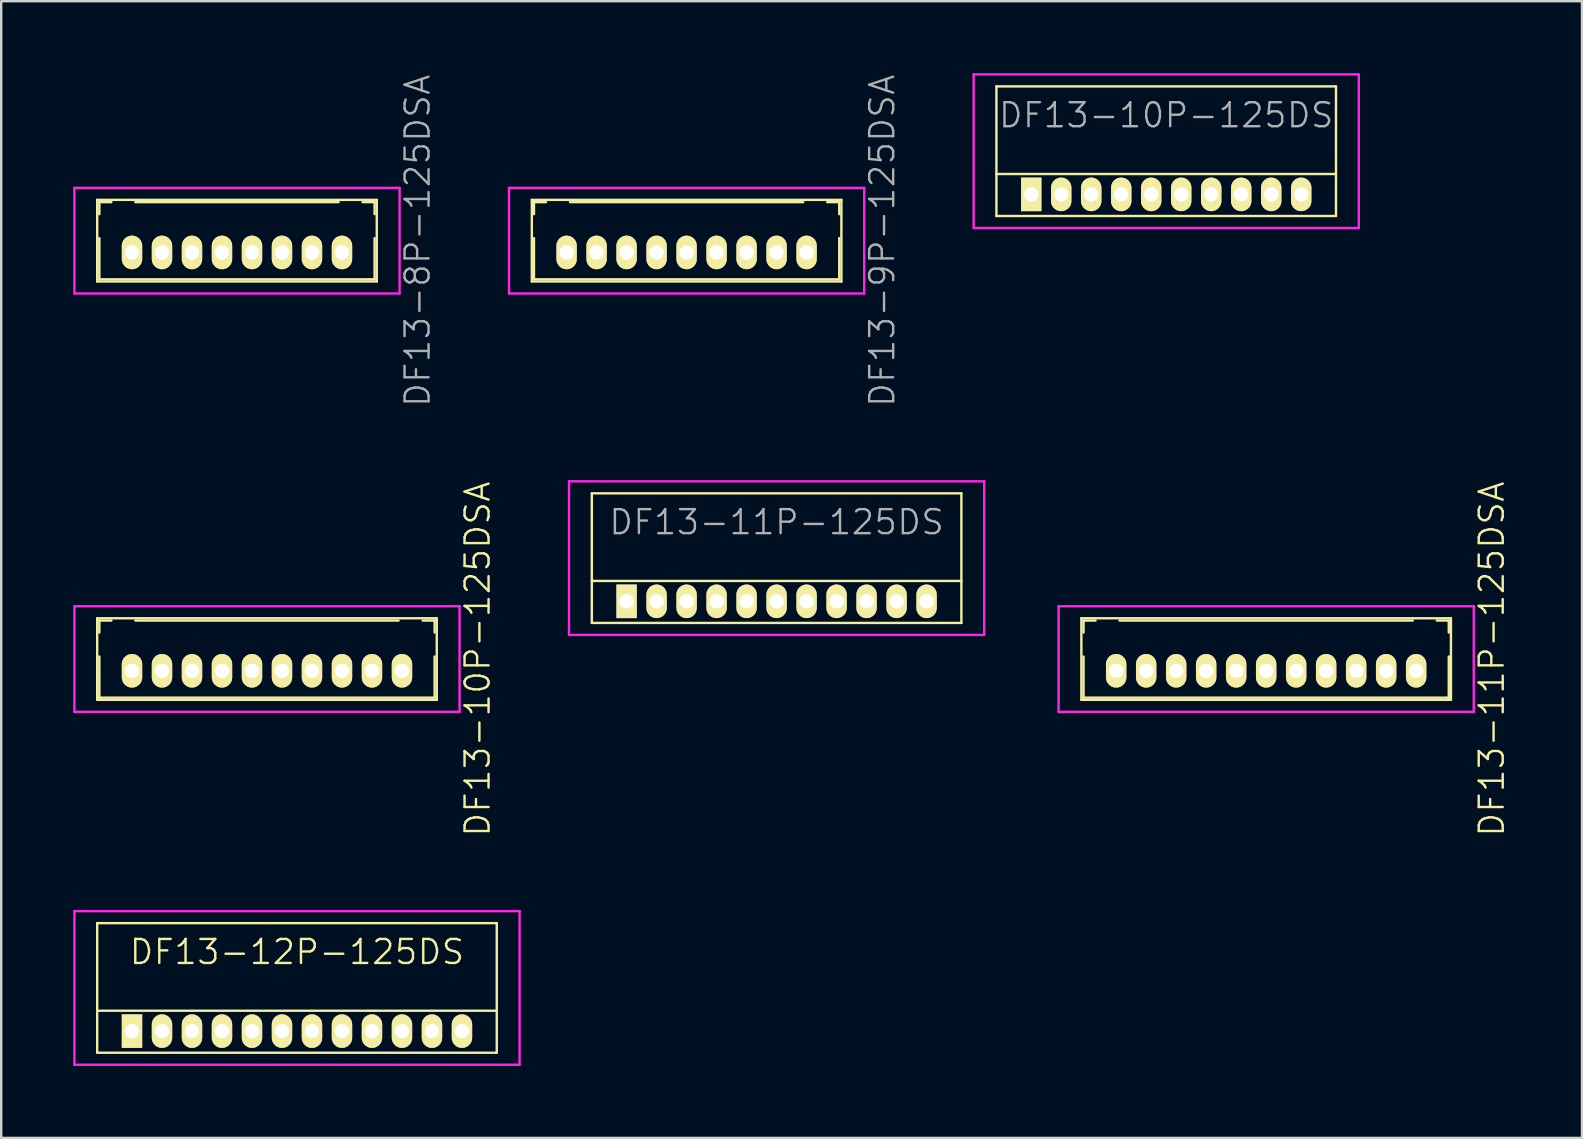
<source format=kicad_pcb>
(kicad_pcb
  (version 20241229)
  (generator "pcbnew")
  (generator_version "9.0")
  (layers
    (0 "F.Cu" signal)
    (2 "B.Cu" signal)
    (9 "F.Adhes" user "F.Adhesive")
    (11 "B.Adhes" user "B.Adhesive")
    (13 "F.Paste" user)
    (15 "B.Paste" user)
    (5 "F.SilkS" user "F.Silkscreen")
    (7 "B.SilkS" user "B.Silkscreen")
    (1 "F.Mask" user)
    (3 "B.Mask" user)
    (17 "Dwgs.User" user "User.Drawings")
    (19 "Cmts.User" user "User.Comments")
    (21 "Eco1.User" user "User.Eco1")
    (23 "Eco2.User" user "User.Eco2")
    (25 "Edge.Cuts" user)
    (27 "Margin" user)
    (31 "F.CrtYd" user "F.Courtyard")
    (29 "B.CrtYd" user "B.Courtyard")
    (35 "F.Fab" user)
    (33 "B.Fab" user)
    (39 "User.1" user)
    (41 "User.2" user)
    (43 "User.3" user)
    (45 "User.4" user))
  (footprint "DF13-8P-125DSA"
    (layer "F.Cu")
    (at 6.825 7.469)
    (property "Reference" "DF13-8P-125DSA" (at 7.525 -0.49 90) (layer "F.Fab") (effects (font (size 1 1) (thickness 0.1))))
    (attr through_hole)
    (fp_line (start -5.825 -2.19) (end -5.825 1.21) (stroke (width 0.1) (type solid)) (layer "F.SilkS"))
    (fp_line (start -5.825 -2.19) (end 5.825 -2.19) (stroke (width 0.1) (type solid)) (layer "F.SilkS"))
    (fp_line (start -5.825 1.21) (end 5.825 1.21) (stroke (width 0.1) (type solid)) (layer "F.SilkS"))
    (fp_line (start -5.735 -2.095) (end -5.735 -1.595) (stroke (width 0.1) (type solid)) (layer "F.SilkS"))
    (fp_line (start -5.735 -2.095) (end -5.235 -2.095) (stroke (width 0.1) (type solid)) (layer "F.SilkS"))
    (fp_line (start -5.735 -0.595) (end -5.735 1.12) (stroke (width 0.1) (type solid)) (layer "F.SilkS"))
    (fp_line (start -5.735 1.12) (end 5.735 1.12) (stroke (width 0.1) (type solid)) (layer "F.SilkS"))
    (fp_line (start -4.235 -2.095) (end 4.235 -2.095) (stroke (width 0.1) (type solid)) (layer "F.SilkS"))
    (fp_line (start 5.235 -2.095) (end 5.735 -2.095) (stroke (width 0.1) (type solid)) (layer "F.SilkS"))
    (fp_line (start 5.735 -2.095) (end 5.735 -1.595) (stroke (width 0.1) (type solid)) (layer "F.SilkS"))
    (fp_line (start 5.735 -0.595) (end 5.735 1.12) (stroke (width 0.1) (type solid)) (layer "F.SilkS"))
    (fp_line (start 5.825 -2.19) (end 5.825 1.21) (stroke (width 0.1) (type solid)) (layer "F.SilkS"))
    (fp_line (start -6.775 -2.69) (end -6.775 1.71) (stroke (width 0.1) (type solid)) (layer "F.CrtYd"))
    (fp_line (start -6.775 1.71) (end 6.775 1.71) (stroke (width 0.1) (type solid)) (layer "F.CrtYd"))
    (fp_line (start 6.775 -2.69) (end -6.775 -2.69) (stroke (width 0.1) (type solid)) (layer "F.CrtYd"))
    (fp_line (start 6.775 1.71) (end 6.775 -2.69) (stroke (width 0.1) (type solid)) (layer "F.CrtYd"))
    (pad "1" thru_hole oval (at -4.375 0) (size 0.85 1.4) (drill 0.6) (layers "*.Cu" "*.Mask" "F.SilkS"))
    (pad "2" thru_hole oval (at -3.125 0) (size 0.85 1.4) (drill 0.6) (layers "*.Cu" "*.Mask" "F.SilkS"))
    (pad "3" thru_hole oval (at -1.875 0) (size 0.85 1.4) (drill 0.6) (layers "*.Cu" "*.Mask" "F.SilkS"))
    (pad "4" thru_hole oval (at -0.625 0) (size 0.85 1.4) (drill 0.6) (layers "*.Cu" "*.Mask" "F.SilkS"))
    (pad "5" thru_hole oval (at 0.625 0) (size 0.85 1.4) (drill 0.6) (layers "*.Cu" "*.Mask" "F.SilkS"))
    (pad "6" thru_hole oval (at 1.875 0) (size 0.85 1.4) (drill 0.6) (layers "*.Cu" "*.Mask" "F.SilkS"))
    (pad "7" thru_hole oval (at 3.125 0) (size 0.85 1.4) (drill 0.6) (layers "*.Cu" "*.Mask" "F.SilkS"))
    (pad "8" thru_hole oval (at 4.375 0) (size 0.85 1.4) (drill 0.6) (layers "*.Cu" "*.Mask" "F.SilkS")))
  (footprint "DF13-9P-125DSA"
    (layer "F.Cu")
    (at 25.561 7.469)
    (property "Reference" "DF13-9P-125DSA" (at 8.15 -0.49 90) (layer "F.Fab") (effects (font (size 1 1) (thickness 0.1))))
    (attr through_hole)
    (fp_line (start -6.45 -2.19) (end -6.45 1.21) (stroke (width 0.1) (type solid)) (layer "F.SilkS"))
    (fp_line (start -6.45 -2.19) (end 6.45 -2.19) (stroke (width 0.1) (type solid)) (layer "F.SilkS"))
    (fp_line (start -6.45 1.21) (end 6.45 1.21) (stroke (width 0.1) (type solid)) (layer "F.SilkS"))
    (fp_line (start -6.36 -2.095) (end -6.36 -1.595) (stroke (width 0.1) (type solid)) (layer "F.SilkS"))
    (fp_line (start -6.36 -2.095) (end -5.86 -2.095) (stroke (width 0.1) (type solid)) (layer "F.SilkS"))
    (fp_line (start -6.36 -0.595) (end -6.36 1.12) (stroke (width 0.1) (type solid)) (layer "F.SilkS"))
    (fp_line (start -6.36 1.12) (end 6.36 1.12) (stroke (width 0.1) (type solid)) (layer "F.SilkS"))
    (fp_line (start -4.86 -2.095) (end 4.86 -2.095) (stroke (width 0.1) (type solid)) (layer "F.SilkS"))
    (fp_line (start 5.86 -2.095) (end 6.36 -2.095) (stroke (width 0.1) (type solid)) (layer "F.SilkS"))
    (fp_line (start 6.36 -2.095) (end 6.36 -1.595) (stroke (width 0.1) (type solid)) (layer "F.SilkS"))
    (fp_line (start 6.36 -0.595) (end 6.36 1.12) (stroke (width 0.1) (type solid)) (layer "F.SilkS"))
    (fp_line (start 6.45 -2.19) (end 6.45 1.21) (stroke (width 0.1) (type solid)) (layer "F.SilkS"))
    (fp_line (start -7.4 -2.69) (end -7.4 1.71) (stroke (width 0.1) (type solid)) (layer "F.CrtYd"))
    (fp_line (start -7.4 1.71) (end 7.4 1.71) (stroke (width 0.1) (type solid)) (layer "F.CrtYd"))
    (fp_line (start 7.4 -2.69) (end -7.4 -2.69) (stroke (width 0.1) (type solid)) (layer "F.CrtYd"))
    (fp_line (start 7.4 1.71) (end 7.4 -2.69) (stroke (width 0.1) (type solid)) (layer "F.CrtYd"))
    (pad "1" thru_hole oval (at -5 0) (size 0.85 1.4) (drill 0.6) (layers "*.Cu" "*.Mask" "F.SilkS"))
    (pad "2" thru_hole oval (at -3.75 0) (size 0.85 1.4) (drill 0.6) (layers "*.Cu" "*.Mask" "F.SilkS"))
    (pad "3" thru_hole oval (at -2.5 0) (size 0.85 1.4) (drill 0.6) (layers "*.Cu" "*.Mask" "F.SilkS"))
    (pad "4" thru_hole oval (at -1.25 0) (size 0.85 1.4) (drill 0.6) (layers "*.Cu" "*.Mask" "F.SilkS"))
    (pad "5" thru_hole oval (at 0 0) (size 0.85 1.4) (drill 0.6) (layers "*.Cu" "*.Mask" "F.SilkS"))
    (pad "6" thru_hole oval (at 1.25 0) (size 0.85 1.4) (drill 0.6) (layers "*.Cu" "*.Mask" "F.SilkS"))
    (pad "7" thru_hole oval (at 2.5 0) (size 0.85 1.4) (drill 0.6) (layers "*.Cu" "*.Mask" "F.SilkS"))
    (pad "8" thru_hole oval (at 3.75 0) (size 0.85 1.4) (drill 0.6) (layers "*.Cu" "*.Mask" "F.SilkS"))
    (pad "9" thru_hole oval (at 5 0) (size 0.85 1.4) (drill 0.6) (layers "*.Cu" "*.Mask" "F.SilkS")))
  (footprint "DF13-11P-125DS"
    (layer "F.Cu")
    (at 29.311 22.007)
    (property "Reference" "DF13-11P-125DS" (at 0 -3.3 0) (layer "F.Fab") (effects (font (size 1 1) (thickness 0.1))))
    (attr through_hole)
    (fp_line (start -7.7 -4.5) (end -7.7 0.9) (stroke (width 0.1) (type solid)) (layer "F.SilkS"))
    (fp_line (start -7.7 -4.5) (end 7.7 -4.5) (stroke (width 0.1) (type solid)) (layer "F.SilkS"))
    (fp_line (start -7.7 -0.85) (end 7.7 -0.85) (stroke (width 0.1) (type solid)) (layer "F.SilkS"))
    (fp_line (start -7.7 0.9) (end 7.7 0.9) (stroke (width 0.1) (type solid)) (layer "F.SilkS"))
    (fp_line (start 7.7 -4.5) (end 7.7 0.9) (stroke (width 0.1) (type solid)) (layer "F.SilkS"))
    (fp_line (start -8.65 -5) (end -8.65 1.4) (stroke (width 0.1) (type solid)) (layer "F.CrtYd"))
    (fp_line (start -8.65 1.4) (end 8.65 1.4) (stroke (width 0.1) (type solid)) (layer "F.CrtYd"))
    (fp_line (start 8.65 -5) (end -8.65 -5) (stroke (width 0.1) (type solid)) (layer "F.CrtYd"))
    (fp_line (start 8.65 1.4) (end 8.65 -5) (stroke (width 0.1) (type solid)) (layer "F.CrtYd"))
    (pad "1" thru_hole rect (at -6.25 0) (size 0.85 1.4) (drill 0.6) (layers "*.Cu" "*.Mask" "F.SilkS"))
    (pad "2" thru_hole oval (at -5 0) (size 0.85 1.4) (drill 0.6) (layers "*.Cu" "*.Mask" "F.SilkS"))
    (pad "3" thru_hole oval (at -3.75 0) (size 0.85 1.4) (drill 0.6) (layers "*.Cu" "*.Mask" "F.SilkS"))
    (pad "4" thru_hole oval (at -2.5 0) (size 0.85 1.4) (drill 0.6) (layers "*.Cu" "*.Mask" "F.SilkS"))
    (pad "5" thru_hole oval (at -1.25 0) (size 0.85 1.4) (drill 0.6) (layers "*.Cu" "*.Mask" "F.SilkS"))
    (pad "6" thru_hole oval (at 0 0) (size 0.85 1.4) (drill 0.6) (layers "*.Cu" "*.Mask" "F.SilkS"))
    (pad "7" thru_hole oval (at 1.25 0) (size 0.85 1.4) (drill 0.6) (layers "*.Cu" "*.Mask" "F.SilkS"))
    (pad "8" thru_hole oval (at 2.5 0) (size 0.85 1.4) (drill 0.6) (layers "*.Cu" "*.Mask" "F.SilkS"))
    (pad "9" thru_hole oval (at 3.75 0) (size 0.85 1.4) (drill 0.6) (layers "*.Cu" "*.Mask" "F.SilkS"))
    (pad "10" thru_hole oval (at 5 0) (size 0.85 1.4) (drill 0.6) (layers "*.Cu" "*.Mask" "F.SilkS"))
    (pad "11" thru_hole oval (at 6.25 0) (size 0.85 1.4) (drill 0.6) (layers "*.Cu" "*.Mask" "F.SilkS")))
  (footprint "DF13-10P-125DS"
    (layer "F.Cu")
    (at 45.546 5.05)
    (property "Reference" "DF13-10P-125DS" (at 0 -3.3 0) (layer "F.Fab") (effects (font (size 1 1) (thickness 0.1))))
    (attr through_hole)
    (fp_line (start -7.075 -4.5) (end -7.075 0.9) (stroke (width 0.1) (type solid)) (layer "F.SilkS"))
    (fp_line (start -7.075 -4.5) (end 7.075 -4.5) (stroke (width 0.1) (type solid)) (layer "F.SilkS"))
    (fp_line (start -7.075 -0.85) (end 7.075 -0.85) (stroke (width 0.1) (type solid)) (layer "F.SilkS"))
    (fp_line (start -7.075 0.9) (end 7.075 0.9) (stroke (width 0.1) (type solid)) (layer "F.SilkS"))
    (fp_line (start 7.075 -4.5) (end 7.075 0.9) (stroke (width 0.1) (type solid)) (layer "F.SilkS"))
    (fp_line (start -8.025 -5) (end -8.025 1.4) (stroke (width 0.1) (type solid)) (layer "F.CrtYd"))
    (fp_line (start -8.025 1.4) (end 8.025 1.4) (stroke (width 0.1) (type solid)) (layer "F.CrtYd"))
    (fp_line (start 8.025 -5) (end -8.025 -5) (stroke (width 0.1) (type solid)) (layer "F.CrtYd"))
    (fp_line (start 8.025 1.4) (end 8.025 -5) (stroke (width 0.1) (type solid)) (layer "F.CrtYd"))
    (pad "1" thru_hole rect (at -5.625 0) (size 0.85 1.4) (drill 0.6) (layers "*.Cu" "*.Mask" "F.SilkS"))
    (pad "2" thru_hole oval (at -4.375 0) (size 0.85 1.4) (drill 0.6) (layers "*.Cu" "*.Mask" "F.SilkS"))
    (pad "3" thru_hole oval (at -3.125 0) (size 0.85 1.4) (drill 0.6) (layers "*.Cu" "*.Mask" "F.SilkS"))
    (pad "4" thru_hole oval (at -1.875 0) (size 0.85 1.4) (drill 0.6) (layers "*.Cu" "*.Mask" "F.SilkS"))
    (pad "5" thru_hole oval (at -0.625 0) (size 0.85 1.4) (drill 0.6) (layers "*.Cu" "*.Mask" "F.SilkS"))
    (pad "6" thru_hole oval (at 0.625 0) (size 0.85 1.4) (drill 0.6) (layers "*.Cu" "*.Mask" "F.SilkS"))
    (pad "7" thru_hole oval (at 1.875 0) (size 0.85 1.4) (drill 0.6) (layers "*.Cu" "*.Mask" "F.SilkS"))
    (pad "8" thru_hole oval (at 3.125 0) (size 0.85 1.4) (drill 0.6) (layers "*.Cu" "*.Mask" "F.SilkS"))
    (pad "9" thru_hole oval (at 4.375 0) (size 0.85 1.4) (drill 0.6) (layers "*.Cu" "*.Mask" "F.SilkS"))
    (pad "10" thru_hole oval (at 5.625 0) (size 0.85 1.4) (drill 0.6) (layers "*.Cu" "*.Mask" "F.SilkS")))
  (footprint "DF13-12P-125DS"
    (layer "F.Cu")
    (at 9.325 39.917)
    (property "Reference" "DF13-12P-125DS" (at 0 -3.3 0) (layer "F.SilkS") (effects (font (size 1 1) (thickness 0.1))))
    (attr through_hole)
    (fp_line (start -8.325 -4.5) (end -8.325 0.9) (stroke (width 0.1) (type solid)) (layer "F.SilkS"))
    (fp_line (start -8.325 -4.5) (end 8.325 -4.5) (stroke (width 0.1) (type solid)) (layer "F.SilkS"))
    (fp_line (start -8.325 -0.85) (end 8.325 -0.85) (stroke (width 0.1) (type solid)) (layer "F.SilkS"))
    (fp_line (start -8.325 0.9) (end 8.325 0.9) (stroke (width 0.1) (type solid)) (layer "F.SilkS"))
    (fp_line (start 8.325 -4.5) (end 8.325 0.9) (stroke (width 0.1) (type solid)) (layer "F.SilkS"))
    (fp_line (start -9.275 -5) (end -9.275 1.4) (stroke (width 0.1) (type solid)) (layer "F.CrtYd"))
    (fp_line (start -9.275 1.4) (end 9.275 1.4) (stroke (width 0.1) (type solid)) (layer "F.CrtYd"))
    (fp_line (start 9.275 -5) (end -9.275 -5) (stroke (width 0.1) (type solid)) (layer "F.CrtYd"))
    (fp_line (start 9.275 1.4) (end 9.275 -5) (stroke (width 0.1) (type solid)) (layer "F.CrtYd"))
    (pad "1" thru_hole rect (at -6.875 0) (size 0.85 1.4) (drill 0.6) (layers "*.Cu" "*.Mask" "F.SilkS"))
    (pad "2" thru_hole oval (at -5.625 0) (size 0.85 1.4) (drill 0.6) (layers "*.Cu" "*.Mask" "F.SilkS"))
    (pad "3" thru_hole oval (at -4.375 0) (size 0.85 1.4) (drill 0.6) (layers "*.Cu" "*.Mask" "F.SilkS"))
    (pad "4" thru_hole oval (at -3.125 0) (size 0.85 1.4) (drill 0.6) (layers "*.Cu" "*.Mask" "F.SilkS"))
    (pad "5" thru_hole oval (at -1.875 0) (size 0.85 1.4) (drill 0.6) (layers "*.Cu" "*.Mask" "F.SilkS"))
    (pad "6" thru_hole oval (at -0.625 0) (size 0.85 1.4) (drill 0.6) (layers "*.Cu" "*.Mask" "F.SilkS"))
    (pad "7" thru_hole oval (at 0.625 0) (size 0.85 1.4) (drill 0.6) (layers "*.Cu" "*.Mask" "F.SilkS"))
    (pad "8" thru_hole oval (at 1.875 0) (size 0.85 1.4) (drill 0.6) (layers "*.Cu" "*.Mask" "F.SilkS"))
    (pad "9" thru_hole oval (at 3.125 0) (size 0.85 1.4) (drill 0.6) (layers "*.Cu" "*.Mask" "F.SilkS"))
    (pad "10" thru_hole oval (at 4.375 0) (size 0.85 1.4) (drill 0.6) (layers "*.Cu" "*.Mask" "F.SilkS"))
    (pad "11" thru_hole oval (at 5.625 0) (size 0.85 1.4) (drill 0.6) (layers "*.Cu" "*.Mask" "F.SilkS"))
    (pad "12" thru_hole oval (at 6.875 0) (size 0.85 1.4) (drill 0.6) (layers "*.Cu" "*.Mask" "F.SilkS")))
  (footprint "DF13-11P-125DSA"
    (layer "F.Cu")
    (at 49.711 24.902)
    (property "Reference" "DF13-11P-125DSA" (at 9.4 -0.49 90) (layer "F.SilkS") (effects (font (size 1 1) (thickness 0.1))))
    (attr through_hole)
    (fp_line (start -7.7 -2.19) (end -7.7 1.21) (stroke (width 0.1) (type solid)) (layer "F.SilkS"))
    (fp_line (start -7.7 -2.19) (end 7.7 -2.19) (stroke (width 0.1) (type solid)) (layer "F.SilkS"))
    (fp_line (start -7.7 1.21) (end 7.7 1.21) (stroke (width 0.1) (type solid)) (layer "F.SilkS"))
    (fp_line (start -7.61 -2.095) (end -7.61 -1.595) (stroke (width 0.1) (type solid)) (layer "F.SilkS"))
    (fp_line (start -7.61 -2.095) (end -7.11 -2.095) (stroke (width 0.1) (type solid)) (layer "F.SilkS"))
    (fp_line (start -7.61 -0.595) (end -7.61 1.12) (stroke (width 0.1) (type solid)) (layer "F.SilkS"))
    (fp_line (start -7.61 1.12) (end 7.61 1.12) (stroke (width 0.1) (type solid)) (layer "F.SilkS"))
    (fp_line (start -6.11 -2.095) (end 6.11 -2.095) (stroke (width 0.1) (type solid)) (layer "F.SilkS"))
    (fp_line (start 7.11 -2.095) (end 7.61 -2.095) (stroke (width 0.1) (type solid)) (layer "F.SilkS"))
    (fp_line (start 7.61 -2.095) (end 7.61 -1.595) (stroke (width 0.1) (type solid)) (layer "F.SilkS"))
    (fp_line (start 7.61 -0.595) (end 7.61 1.12) (stroke (width 0.1) (type solid)) (layer "F.SilkS"))
    (fp_line (start 7.7 -2.19) (end 7.7 1.21) (stroke (width 0.1) (type solid)) (layer "F.SilkS"))
    (fp_line (start -8.65 -2.69) (end -8.65 1.71) (stroke (width 0.1) (type solid)) (layer "F.CrtYd"))
    (fp_line (start -8.65 1.71) (end 8.65 1.71) (stroke (width 0.1) (type solid)) (layer "F.CrtYd"))
    (fp_line (start 8.65 -2.69) (end -8.65 -2.69) (stroke (width 0.1) (type solid)) (layer "F.CrtYd"))
    (fp_line (start 8.65 1.71) (end 8.65 -2.69) (stroke (width 0.1) (type solid)) (layer "F.CrtYd"))
    (pad "1" thru_hole oval (at -6.25 0) (size 0.85 1.4) (drill 0.6) (layers "*.Cu" "*.Mask" "F.SilkS"))
    (pad "2" thru_hole oval (at -5 0) (size 0.85 1.4) (drill 0.6) (layers "*.Cu" "*.Mask" "F.SilkS"))
    (pad "3" thru_hole oval (at -3.75 0) (size 0.85 1.4) (drill 0.6) (layers "*.Cu" "*.Mask" "F.SilkS"))
    (pad "4" thru_hole oval (at -2.5 0) (size 0.85 1.4) (drill 0.6) (layers "*.Cu" "*.Mask" "F.SilkS"))
    (pad "5" thru_hole oval (at -1.25 0) (size 0.85 1.4) (drill 0.6) (layers "*.Cu" "*.Mask" "F.SilkS"))
    (pad "6" thru_hole oval (at 0 0) (size 0.85 1.4) (drill 0.6) (layers "*.Cu" "*.Mask" "F.SilkS"))
    (pad "7" thru_hole oval (at 1.25 0) (size 0.85 1.4) (drill 0.6) (layers "*.Cu" "*.Mask" "F.SilkS"))
    (pad "8" thru_hole oval (at 2.5 0) (size 0.85 1.4) (drill 0.6) (layers "*.Cu" "*.Mask" "F.SilkS"))
    (pad "9" thru_hole oval (at 3.75 0) (size 0.85 1.4) (drill 0.6) (layers "*.Cu" "*.Mask" "F.SilkS"))
    (pad "10" thru_hole oval (at 5 0) (size 0.85 1.4) (drill 0.6) (layers "*.Cu" "*.Mask" "F.SilkS"))
    (pad "11" thru_hole oval (at 6.25 0) (size 0.85 1.4) (drill 0.6) (layers "*.Cu" "*.Mask" "F.SilkS")))
  (footprint "DF13-10P-125DSA"
    (layer "F.Cu")
    (at 8.075 24.902)
    (property "Reference" "DF13-10P-125DSA" (at 8.775 -0.49 90) (layer "F.SilkS") (effects (font (size 1 1) (thickness 0.1))))
    (attr through_hole)
    (fp_line (start -7.075 -2.19) (end -7.075 1.21) (stroke (width 0.1) (type solid)) (layer "F.SilkS"))
    (fp_line (start -7.075 -2.19) (end 7.075 -2.19) (stroke (width 0.1) (type solid)) (layer "F.SilkS"))
    (fp_line (start -7.075 1.21) (end 7.075 1.21) (stroke (width 0.1) (type solid)) (layer "F.SilkS"))
    (fp_line (start -6.985 -2.095) (end -6.985 -1.595) (stroke (width 0.1) (type solid)) (layer "F.SilkS"))
    (fp_line (start -6.985 -2.095) (end -6.485 -2.095) (stroke (width 0.1) (type solid)) (layer "F.SilkS"))
    (fp_line (start -6.985 -0.595) (end -6.985 1.12) (stroke (width 0.1) (type solid)) (layer "F.SilkS"))
    (fp_line (start -6.985 1.12) (end 6.985 1.12) (stroke (width 0.1) (type solid)) (layer "F.SilkS"))
    (fp_line (start -5.485 -2.095) (end 5.485 -2.095) (stroke (width 0.1) (type solid)) (layer "F.SilkS"))
    (fp_line (start 6.485 -2.095) (end 6.985 -2.095) (stroke (width 0.1) (type solid)) (layer "F.SilkS"))
    (fp_line (start 6.985 -2.095) (end 6.985 -1.595) (stroke (width 0.1) (type solid)) (layer "F.SilkS"))
    (fp_line (start 6.985 -0.595) (end 6.985 1.12) (stroke (width 0.1) (type solid)) (layer "F.SilkS"))
    (fp_line (start 7.075 -2.19) (end 7.075 1.21) (stroke (width 0.1) (type solid)) (layer "F.SilkS"))
    (fp_line (start -8.025 -2.69) (end -8.025 1.71) (stroke (width 0.1) (type solid)) (layer "F.CrtYd"))
    (fp_line (start -8.025 1.71) (end 8.025 1.71) (stroke (width 0.1) (type solid)) (layer "F.CrtYd"))
    (fp_line (start 8.025 -2.69) (end -8.025 -2.69) (stroke (width 0.1) (type solid)) (layer "F.CrtYd"))
    (fp_line (start 8.025 1.71) (end 8.025 -2.69) (stroke (width 0.1) (type solid)) (layer "F.CrtYd"))
    (pad "1" thru_hole oval (at -5.625 0) (size 0.85 1.4) (drill 0.6) (layers "*.Cu" "*.Mask" "F.SilkS"))
    (pad "2" thru_hole oval (at -4.375 0) (size 0.85 1.4) (drill 0.6) (layers "*.Cu" "*.Mask" "F.SilkS"))
    (pad "3" thru_hole oval (at -3.125 0) (size 0.85 1.4) (drill 0.6) (layers "*.Cu" "*.Mask" "F.SilkS"))
    (pad "4" thru_hole oval (at -1.875 0) (size 0.85 1.4) (drill 0.6) (layers "*.Cu" "*.Mask" "F.SilkS"))
    (pad "5" thru_hole oval (at -0.625 0) (size 0.85 1.4) (drill 0.6) (layers "*.Cu" "*.Mask" "F.SilkS"))
    (pad "6" thru_hole oval (at 0.625 0) (size 0.85 1.4) (drill 0.6) (layers "*.Cu" "*.Mask" "F.SilkS"))
    (pad "7" thru_hole oval (at 1.875 0) (size 0.85 1.4) (drill 0.6) (layers "*.Cu" "*.Mask" "F.SilkS"))
    (pad "8" thru_hole oval (at 3.125 0) (size 0.85 1.4) (drill 0.6) (layers "*.Cu" "*.Mask" "F.SilkS"))
    (pad "9" thru_hole oval (at 4.375 0) (size 0.85 1.4) (drill 0.6) (layers "*.Cu" "*.Mask" "F.SilkS"))
    (pad "10" thru_hole oval (at 5.625 0) (size 0.85 1.4) (drill 0.6) (layers "*.Cu" "*.Mask" "F.SilkS")))
  (gr_rect
    (start -3 -3)
    (end 62.871 44.367)
    (stroke (width 0.1) (type default))
    (fill no)
    (layer "Edge.Cuts")))
</source>
